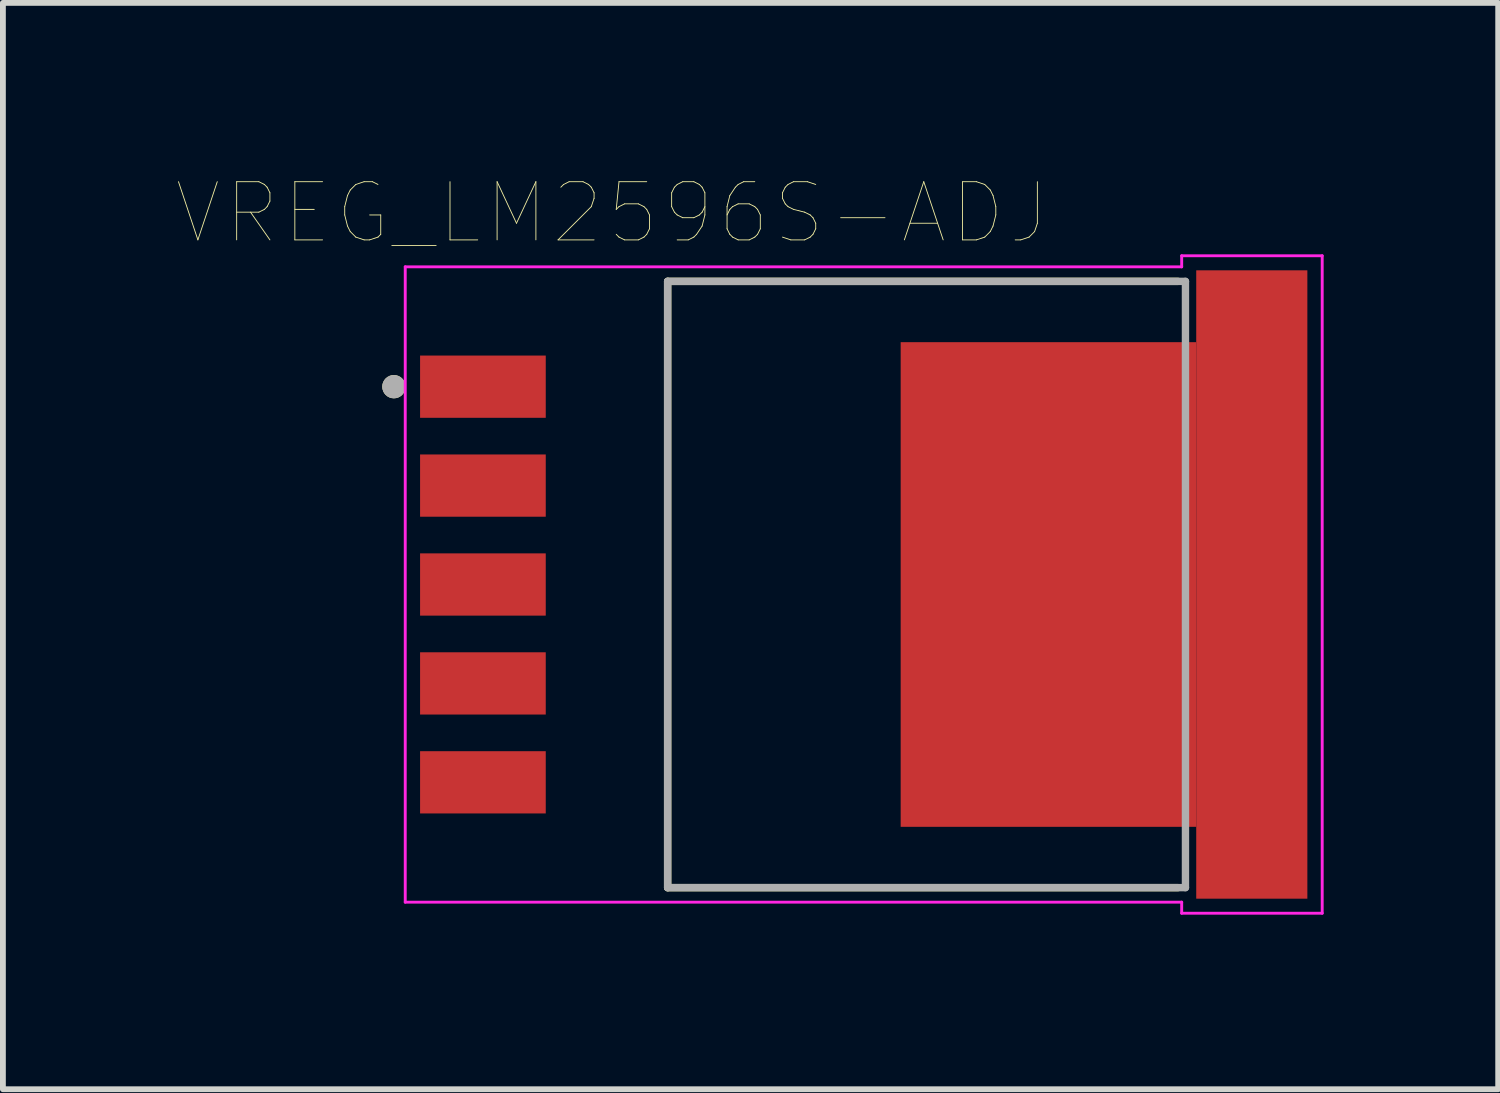
<source format=kicad_pcb>
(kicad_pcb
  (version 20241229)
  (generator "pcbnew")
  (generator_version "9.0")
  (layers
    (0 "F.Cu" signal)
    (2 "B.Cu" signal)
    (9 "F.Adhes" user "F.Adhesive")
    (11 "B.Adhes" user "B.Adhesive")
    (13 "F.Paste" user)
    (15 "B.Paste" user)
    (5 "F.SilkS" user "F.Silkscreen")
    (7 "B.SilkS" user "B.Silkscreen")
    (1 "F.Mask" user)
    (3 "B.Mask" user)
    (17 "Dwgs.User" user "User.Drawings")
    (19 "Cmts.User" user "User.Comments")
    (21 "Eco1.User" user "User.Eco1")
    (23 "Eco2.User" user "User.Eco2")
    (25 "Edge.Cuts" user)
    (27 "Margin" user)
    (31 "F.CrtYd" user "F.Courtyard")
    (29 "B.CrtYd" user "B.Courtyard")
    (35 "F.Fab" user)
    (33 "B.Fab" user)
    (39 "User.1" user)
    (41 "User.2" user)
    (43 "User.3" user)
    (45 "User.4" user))
  (footprint "VREG_LM2596S-ADJ"
    (layer "F.Cu")
    (at 11.795 6.996)
    (property "Reference" "VREG_LM2596S-ADJ" (at -4.325 -6.385 0) (layer "F.SilkS") (effects (font (size 1 1) (thickness 0.015))))
    (attr through_hole)
    (fp_line (start -3.37 -5.21) (end -3.37 5.21) (stroke (width 0.127) (type solid)) (layer "F.SilkS"))
    (fp_line (start -3.37 -5.21) (end 5.402 -5.21) (stroke (width 0.127) (type solid)) (layer "F.SilkS"))
    (fp_line (start -3.37 5.21) (end 5.402 5.21) (stroke (width 0.127) (type solid)) (layer "F.SilkS"))
    (fp_circle (center -8.075 -3.4) (end -7.975 -3.4) (stroke (width 0.2) (type solid)) (fill no) (layer "F.SilkS"))
    (fp_poly (pts (xy 1.005 -3.93) (xy 2.595 -3.93) (xy 2.595 -2.71) (xy 1.005 -2.71)) (stroke (width 0.01) (type solid)) (fill yes) (layer "F.Paste"))
    (fp_poly (pts (xy 1.005 -2.27) (xy 2.595 -2.27) (xy 2.595 -1.05) (xy 1.005 -1.05)) (stroke (width 0.01) (type solid)) (fill yes) (layer "F.Paste"))
    (fp_poly (pts (xy 1.005 -0.61) (xy 2.595 -0.61) (xy 2.595 0.61) (xy 1.005 0.61)) (stroke (width 0.01) (type solid)) (fill yes) (layer "F.Paste"))
    (fp_poly (pts (xy 1.005 1.05) (xy 2.595 1.05) (xy 2.595 2.27) (xy 1.005 2.27)) (stroke (width 0.01) (type solid)) (fill yes) (layer "F.Paste"))
    (fp_poly (pts (xy 1.005 2.71) (xy 2.595 2.71) (xy 2.595 3.93) (xy 1.005 3.93)) (stroke (width 0.01) (type solid)) (fill yes) (layer "F.Paste"))
    (fp_poly (pts (xy 3.335 -3.93) (xy 4.925 -3.93) (xy 4.925 -2.71) (xy 3.335 -2.71)) (stroke (width 0.01) (type solid)) (fill yes) (layer "F.Paste"))
    (fp_poly (pts (xy 3.335 -2.27) (xy 4.925 -2.27) (xy 4.925 -1.05) (xy 3.335 -1.05)) (stroke (width 0.01) (type solid)) (fill yes) (layer "F.Paste"))
    (fp_poly (pts (xy 3.335 -0.61) (xy 4.925 -0.61) (xy 4.925 0.61) (xy 3.335 0.61)) (stroke (width 0.01) (type solid)) (fill yes) (layer "F.Paste"))
    (fp_poly (pts (xy 3.335 1.05) (xy 4.925 1.05) (xy 4.925 2.27) (xy 3.335 2.27)) (stroke (width 0.01) (type solid)) (fill yes) (layer "F.Paste"))
    (fp_poly (pts (xy 3.335 2.71) (xy 4.925 2.71) (xy 4.925 3.93) (xy 3.335 3.93)) (stroke (width 0.01) (type solid)) (fill yes) (layer "F.Paste"))
    (fp_poly (pts (xy 5.665 -3.93) (xy 7.255 -3.93) (xy 7.255 -2.71) (xy 5.665 -2.71)) (stroke (width 0.01) (type solid)) (fill yes) (layer "F.Paste"))
    (fp_poly (pts (xy 5.665 -2.27) (xy 7.255 -2.27) (xy 7.255 -1.05) (xy 5.665 -1.05)) (stroke (width 0.01) (type solid)) (fill yes) (layer "F.Paste"))
    (fp_poly (pts (xy 5.665 -0.61) (xy 7.255 -0.61) (xy 7.255 0.61) (xy 5.665 0.61)) (stroke (width 0.01) (type solid)) (fill yes) (layer "F.Paste"))
    (fp_poly (pts (xy 5.665 1.05) (xy 7.255 1.05) (xy 7.255 2.27) (xy 5.665 2.27)) (stroke (width 0.01) (type solid)) (fill yes) (layer "F.Paste"))
    (fp_poly (pts (xy 5.665 2.71) (xy 7.255 2.71) (xy 7.255 3.93) (xy 5.665 3.93)) (stroke (width 0.01) (type solid)) (fill yes) (layer "F.Paste"))
    (fp_line (start -7.88 -5.46) (end -7.88 5.46) (stroke (width 0.05) (type solid)) (layer "F.CrtYd"))
    (fp_line (start -7.88 5.46) (end 5.465 5.46) (stroke (width 0.05) (type solid)) (layer "F.CrtYd"))
    (fp_line (start 5.465 -5.65) (end 5.465 -5.46) (stroke (width 0.05) (type solid)) (layer "F.CrtYd"))
    (fp_line (start 5.465 -5.46) (end -7.88 -5.46) (stroke (width 0.05) (type solid)) (layer "F.CrtYd"))
    (fp_line (start 5.465 5.46) (end 5.465 5.65) (stroke (width 0.05) (type solid)) (layer "F.CrtYd"))
    (fp_line (start 5.465 5.65) (end 7.88 5.65) (stroke (width 0.05) (type solid)) (layer "F.CrtYd"))
    (fp_line (start 7.88 -5.65) (end 5.465 -5.65) (stroke (width 0.05) (type solid)) (layer "F.CrtYd"))
    (fp_line (start 7.88 5.65) (end 7.88 -5.65) (stroke (width 0.05) (type solid)) (layer "F.CrtYd"))
    (fp_line (start -3.37 -5.21) (end -3.37 5.21) (stroke (width 0.127) (type solid)) (layer "F.Fab"))
    (fp_line (start -3.37 5.21) (end 5.53 5.21) (stroke (width 0.127) (type solid)) (layer "F.Fab"))
    (fp_line (start 5.53 -5.21) (end -3.37 -5.21) (stroke (width 0.127) (type solid)) (layer "F.Fab"))
    (fp_line (start 5.53 5.21) (end 5.53 -5.21) (stroke (width 0.127) (type solid)) (layer "F.Fab"))
    (fp_circle (center -8.075 -3.4) (end -7.975 -3.4) (stroke (width 0.2) (type solid)) (fill no) (layer "F.Fab"))
    (pad "1" smd rect (at -6.545 -3.4) (size 2.16 1.07) (layers "F.Cu" "F.Mask" "F.Paste"))
    (pad "2" smd rect (at -6.545 -1.7) (size 2.16 1.07) (layers "F.Cu" "F.Mask" "F.Paste"))
    (pad "3" smd rect (at -6.545 0) (size 2.16 1.07) (layers "F.Cu" "F.Mask" "F.Paste"))
    (pad "4" smd rect (at -6.545 1.7) (size 2.16 1.07) (layers "F.Cu" "F.Mask" "F.Paste"))
    (pad "5" smd rect (at -6.545 3.4) (size 2.16 1.07) (layers "F.Cu" "F.Mask" "F.Paste"))
    (pad "6" smd rect (at 3.175 0) (size 5.08 8.33) (layers "F.Cu" "F.Mask"))
    (pad "7" smd rect (at 6.67 0) (size 1.91 10.8) (layers "F.Cu" "F.Mask")))
  (gr_rect
    (start -3 -3)
    (end 22.7 15.671)
    (stroke (width 0.1) (type default))
    (fill no)
    (layer "Edge.Cuts")))
</source>
